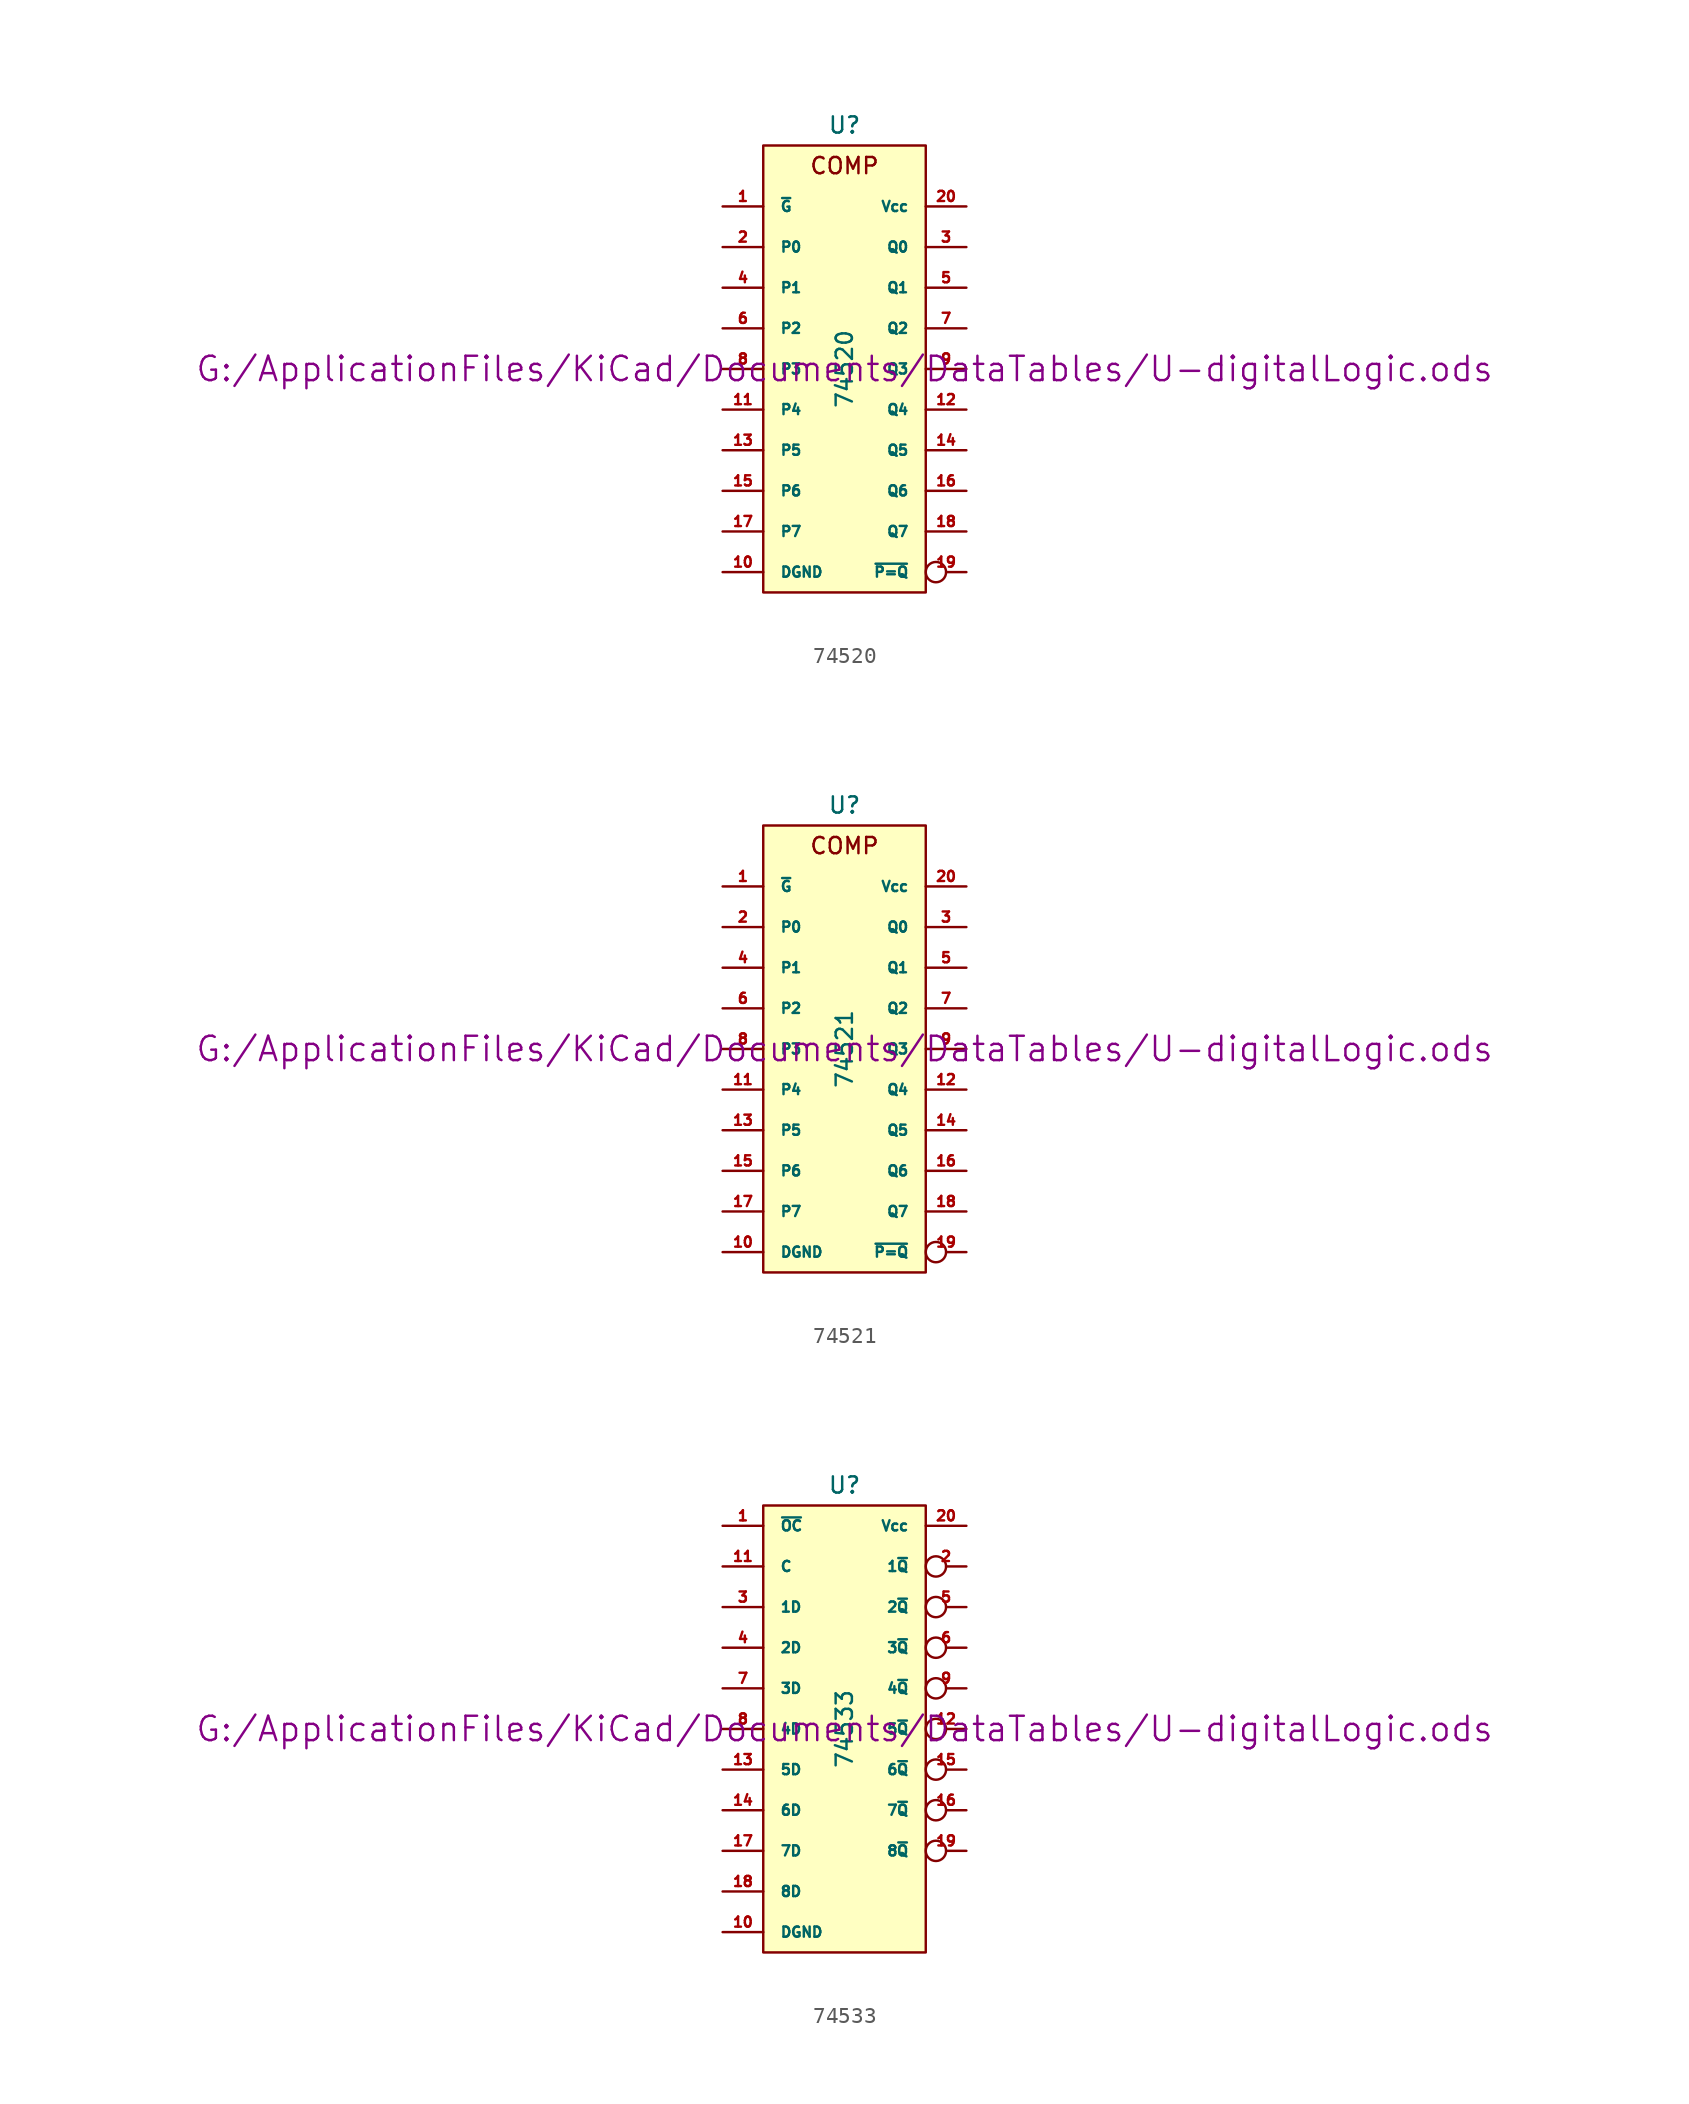
<source format=kicad_sym>
(kicad_symbol_lib
  (version 20211014)
  (generator kicad_symbol_editor)
  (symbol "74520"
    (pin_names
      (offset 1.016))
    (property "Reference" "U"
      (at 0 15.24 0)
      (effects (font (size 1.016 1.016))))
    (property "Value" "74520"
      (at 0 0 90)
      (effects (font (size 1.016 1.016))))
    (property "Footprint" ""
      (at 0 0 0)
      (effects (font (size 1.524 1.524))))
    (property "Datasheet" "G:/ApplicationFiles/KiCad/Documents/DataTables/U-digitalLogic.ods"
      (at 0 0 0)
      (effects (font (size 1.524 1.524))))
    (symbol "74520_0_0"
      (text "COMP" (at 0 12.7 0) (effects (font (size 1.016 1.016)))))
    (symbol "74520_0_1"
      (rectangle (start -5.08 13.97) (end 5.08 -13.97) (stroke (width 0) (type default) (color 0 0 0 0)) (fill (type background))))
    (symbol "74520_1_1"
      (pin input line (at -7.62 10.16 0) (length 2.54) (name "~{G}" (effects (font (size 0.635 0.635)))) (number "1" (effects (font (size 0.635 0.635)))))
      (pin power_in line (at -7.62 -12.7 0) (length 2.54) (name "DGND" (effects (font (size 0.635 0.635)))) (number "10" (effects (font (size 0.635 0.635)))))
      (pin input line (at -7.62 -2.54 0) (length 2.54) (name "P4" (effects (font (size 0.635 0.635)))) (number "11" (effects (font (size 0.635 0.635)))))
      (pin input line (at 7.62 -2.54 180) (length 2.54) (name "Q4" (effects (font (size 0.635 0.635)))) (number "12" (effects (font (size 0.635 0.635)))))
      (pin input line (at -7.62 -5.08 0) (length 2.54) (name "P5" (effects (font (size 0.635 0.635)))) (number "13" (effects (font (size 0.635 0.635)))))
      (pin input line (at 7.62 -5.08 180) (length 2.54) (name "Q5" (effects (font (size 0.635 0.635)))) (number "14" (effects (font (size 0.635 0.635)))))
      (pin input line (at -7.62 -7.62 0) (length 2.54) (name "P6" (effects (font (size 0.635 0.635)))) (number "15" (effects (font (size 0.635 0.635)))))
      (pin input line (at 7.62 -7.62 180) (length 2.54) (name "Q6" (effects (font (size 0.635 0.635)))) (number "16" (effects (font (size 0.635 0.635)))))
      (pin input line (at -7.62 -10.16 0) (length 2.54) (name "P7" (effects (font (size 0.635 0.635)))) (number "17" (effects (font (size 0.635 0.635)))))
      (pin input line (at 7.62 -10.16 180) (length 2.54) (name "Q7" (effects (font (size 0.635 0.635)))) (number "18" (effects (font (size 0.635 0.635)))))
      (pin output inverted (at 7.62 -12.7 180) (length 2.54) (name "~{P=Q}" (effects (font (size 0.635 0.635)))) (number "19" (effects (font (size 0.635 0.635)))))
      (pin input line (at -7.62 7.62 0) (length 2.54) (name "P0" (effects (font (size 0.635 0.635)))) (number "2" (effects (font (size 0.635 0.635)))))
      (pin power_in line (at 7.62 10.16 180) (length 2.54) (name "Vcc" (effects (font (size 0.635 0.635)))) (number "20" (effects (font (size 0.635 0.635)))))
      (pin input line (at 7.62 7.62 180) (length 2.54) (name "Q0" (effects (font (size 0.635 0.635)))) (number "3" (effects (font (size 0.635 0.635)))))
      (pin input line (at -7.62 5.08 0) (length 2.54) (name "P1" (effects (font (size 0.635 0.635)))) (number "4" (effects (font (size 0.635 0.635)))))
      (pin input line (at 7.62 5.08 180) (length 2.54) (name "Q1" (effects (font (size 0.635 0.635)))) (number "5" (effects (font (size 0.635 0.635)))))
      (pin input line (at -7.62 2.54 0) (length 2.54) (name "P2" (effects (font (size 0.635 0.635)))) (number "6" (effects (font (size 0.635 0.635)))))
      (pin input line (at 7.62 2.54 180) (length 2.54) (name "Q2" (effects (font (size 0.635 0.635)))) (number "7" (effects (font (size 0.635 0.635)))))
      (pin input line (at -7.62 0 0) (length 2.54) (name "P3" (effects (font (size 0.635 0.635)))) (number "8" (effects (font (size 0.635 0.635)))))
      (pin input line (at 7.62 0 180) (length 2.54) (name "Q3" (effects (font (size 0.635 0.635)))) (number "9" (effects (font (size 0.635 0.635)))))))
  (symbol "74521"
    (pin_names
      (offset 1.016))
    (property "Reference" "U"
      (at 0 15.24 0)
      (effects (font (size 1.016 1.016))))
    (property "Value" "74521"
      (at 0 0 90)
      (effects (font (size 1.016 1.016))))
    (property "Footprint" ""
      (at 0 0 0)
      (effects (font (size 1.524 1.524))))
    (property "Datasheet" "G:/ApplicationFiles/KiCad/Documents/DataTables/U-digitalLogic.ods"
      (at 0 0 0)
      (effects (font (size 1.524 1.524))))
    (symbol "74521_0_0"
      (text "COMP" (at 0 12.7 0) (effects (font (size 1.016 1.016)))))
    (symbol "74521_0_1"
      (rectangle (start -5.08 13.97) (end 5.08 -13.97) (stroke (width 0) (type default) (color 0 0 0 0)) (fill (type background))))
    (symbol "74521_1_1"
      (pin input line (at -7.62 10.16 0) (length 2.54) (name "~{G}" (effects (font (size 0.635 0.635)))) (number "1" (effects (font (size 0.635 0.635)))))
      (pin power_in line (at -7.62 -12.7 0) (length 2.54) (name "DGND" (effects (font (size 0.635 0.635)))) (number "10" (effects (font (size 0.635 0.635)))))
      (pin input line (at -7.62 -2.54 0) (length 2.54) (name "P4" (effects (font (size 0.635 0.635)))) (number "11" (effects (font (size 0.635 0.635)))))
      (pin input line (at 7.62 -2.54 180) (length 2.54) (name "Q4" (effects (font (size 0.635 0.635)))) (number "12" (effects (font (size 0.635 0.635)))))
      (pin input line (at -7.62 -5.08 0) (length 2.54) (name "P5" (effects (font (size 0.635 0.635)))) (number "13" (effects (font (size 0.635 0.635)))))
      (pin input line (at 7.62 -5.08 180) (length 2.54) (name "Q5" (effects (font (size 0.635 0.635)))) (number "14" (effects (font (size 0.635 0.635)))))
      (pin input line (at -7.62 -7.62 0) (length 2.54) (name "P6" (effects (font (size 0.635 0.635)))) (number "15" (effects (font (size 0.635 0.635)))))
      (pin input line (at 7.62 -7.62 180) (length 2.54) (name "Q6" (effects (font (size 0.635 0.635)))) (number "16" (effects (font (size 0.635 0.635)))))
      (pin input line (at -7.62 -10.16 0) (length 2.54) (name "P7" (effects (font (size 0.635 0.635)))) (number "17" (effects (font (size 0.635 0.635)))))
      (pin input line (at 7.62 -10.16 180) (length 2.54) (name "Q7" (effects (font (size 0.635 0.635)))) (number "18" (effects (font (size 0.635 0.635)))))
      (pin open_collector inverted (at 7.62 -12.7 180) (length 2.54) (name "~{P=Q}" (effects (font (size 0.635 0.635)))) (number "19" (effects (font (size 0.635 0.635)))))
      (pin input line (at -7.62 7.62 0) (length 2.54) (name "P0" (effects (font (size 0.635 0.635)))) (number "2" (effects (font (size 0.635 0.635)))))
      (pin power_in line (at 7.62 10.16 180) (length 2.54) (name "Vcc" (effects (font (size 0.635 0.635)))) (number "20" (effects (font (size 0.635 0.635)))))
      (pin input line (at 7.62 7.62 180) (length 2.54) (name "Q0" (effects (font (size 0.635 0.635)))) (number "3" (effects (font (size 0.635 0.635)))))
      (pin input line (at -7.62 5.08 0) (length 2.54) (name "P1" (effects (font (size 0.635 0.635)))) (number "4" (effects (font (size 0.635 0.635)))))
      (pin input line (at 7.62 5.08 180) (length 2.54) (name "Q1" (effects (font (size 0.635 0.635)))) (number "5" (effects (font (size 0.635 0.635)))))
      (pin input line (at -7.62 2.54 0) (length 2.54) (name "P2" (effects (font (size 0.635 0.635)))) (number "6" (effects (font (size 0.635 0.635)))))
      (pin input line (at 7.62 2.54 180) (length 2.54) (name "Q2" (effects (font (size 0.635 0.635)))) (number "7" (effects (font (size 0.635 0.635)))))
      (pin input line (at -7.62 0 0) (length 2.54) (name "P3" (effects (font (size 0.635 0.635)))) (number "8" (effects (font (size 0.635 0.635)))))
      (pin input line (at 7.62 0 180) (length 2.54) (name "Q3" (effects (font (size 0.635 0.635)))) (number "9" (effects (font (size 0.635 0.635)))))))
  (symbol "74533"
    (pin_names
      (offset 1.016))
    (property "Reference" "U"
      (at 0 15.24 0)
      (effects (font (size 1.016 1.016))))
    (property "Value" "74533"
      (at 0 0 90)
      (effects (font (size 1.016 1.016))))
    (property "Footprint" ""
      (at 0 0 0)
      (effects (font (size 1.524 1.524))))
    (property "Datasheet" "G:/ApplicationFiles/KiCad/Documents/DataTables/U-digitalLogic.ods"
      (at 0 0 0)
      (effects (font (size 1.524 1.524))))
    (symbol "74533_0_1"
      (rectangle (start -5.08 13.97) (end 5.08 -13.97) (stroke (width 0) (type default) (color 0 0 0 0)) (fill (type background))))
    (symbol "74533_1_1"
      (pin input line (at -7.62 12.7 0) (length 2.54) (name "~{OC}" (effects (font (size 0.635 0.635)))) (number "1" (effects (font (size 0.635 0.635)))))
      (pin power_in line (at -7.62 -12.7 0) (length 2.54) (name "DGND" (effects (font (size 0.635 0.635)))) (number "10" (effects (font (size 0.635 0.635)))))
      (pin input line (at -7.62 10.16 0) (length 2.54) (name "C" (effects (font (size 0.635 0.635)))) (number "11" (effects (font (size 0.635 0.635)))))
      (pin tri_state inverted (at 7.62 0 180) (length 2.54) (name "5~{Q}" (effects (font (size 0.635 0.635)))) (number "12" (effects (font (size 0.635 0.635)))))
      (pin input line (at -7.62 -2.54 0) (length 2.54) (name "5D" (effects (font (size 0.635 0.635)))) (number "13" (effects (font (size 0.635 0.635)))))
      (pin input line (at -7.62 -5.08 0) (length 2.54) (name "6D" (effects (font (size 0.635 0.635)))) (number "14" (effects (font (size 0.635 0.635)))))
      (pin tri_state inverted (at 7.62 -2.54 180) (length 2.54) (name "6~{Q}" (effects (font (size 0.635 0.635)))) (number "15" (effects (font (size 0.635 0.635)))))
      (pin tri_state inverted (at 7.62 -5.08 180) (length 2.54) (name "7~{Q}" (effects (font (size 0.635 0.635)))) (number "16" (effects (font (size 0.635 0.635)))))
      (pin input line (at -7.62 -7.62 0) (length 2.54) (name "7D" (effects (font (size 0.635 0.635)))) (number "17" (effects (font (size 0.635 0.635)))))
      (pin input line (at -7.62 -10.16 0) (length 2.54) (name "8D" (effects (font (size 0.635 0.635)))) (number "18" (effects (font (size 0.635 0.635)))))
      (pin tri_state inverted (at 7.62 -7.62 180) (length 2.54) (name "8~{Q}" (effects (font (size 0.635 0.635)))) (number "19" (effects (font (size 0.635 0.635)))))
      (pin tri_state inverted (at 7.62 10.16 180) (length 2.54) (name "1~{Q}" (effects (font (size 0.635 0.635)))) (number "2" (effects (font (size 0.635 0.635)))))
      (pin power_in line (at 7.62 12.7 180) (length 2.54) (name "Vcc" (effects (font (size 0.635 0.635)))) (number "20" (effects (font (size 0.635 0.635)))))
      (pin input line (at -7.62 7.62 0) (length 2.54) (name "1D" (effects (font (size 0.635 0.635)))) (number "3" (effects (font (size 0.635 0.635)))))
      (pin input line (at -7.62 5.08 0) (length 2.54) (name "2D" (effects (font (size 0.635 0.635)))) (number "4" (effects (font (size 0.635 0.635)))))
      (pin tri_state inverted (at 7.62 7.62 180) (length 2.54) (name "2~{Q}" (effects (font (size 0.635 0.635)))) (number "5" (effects (font (size 0.635 0.635)))))
      (pin tri_state inverted (at 7.62 5.08 180) (length 2.54) (name "3~{Q}" (effects (font (size 0.635 0.635)))) (number "6" (effects (font (size 0.635 0.635)))))
      (pin input line (at -7.62 2.54 0) (length 2.54) (name "3D" (effects (font (size 0.635 0.635)))) (number "7" (effects (font (size 0.635 0.635)))))
      (pin input line (at -7.62 0 0) (length 2.54) (name "4D" (effects (font (size 0.635 0.635)))) (number "8" (effects (font (size 0.635 0.635)))))
      (pin tri_state inverted (at 7.62 2.54 180) (length 2.54) (name "4~{Q}" (effects (font (size 0.635 0.635)))) (number "9" (effects (font (size 0.635 0.635))))))))
</source>
